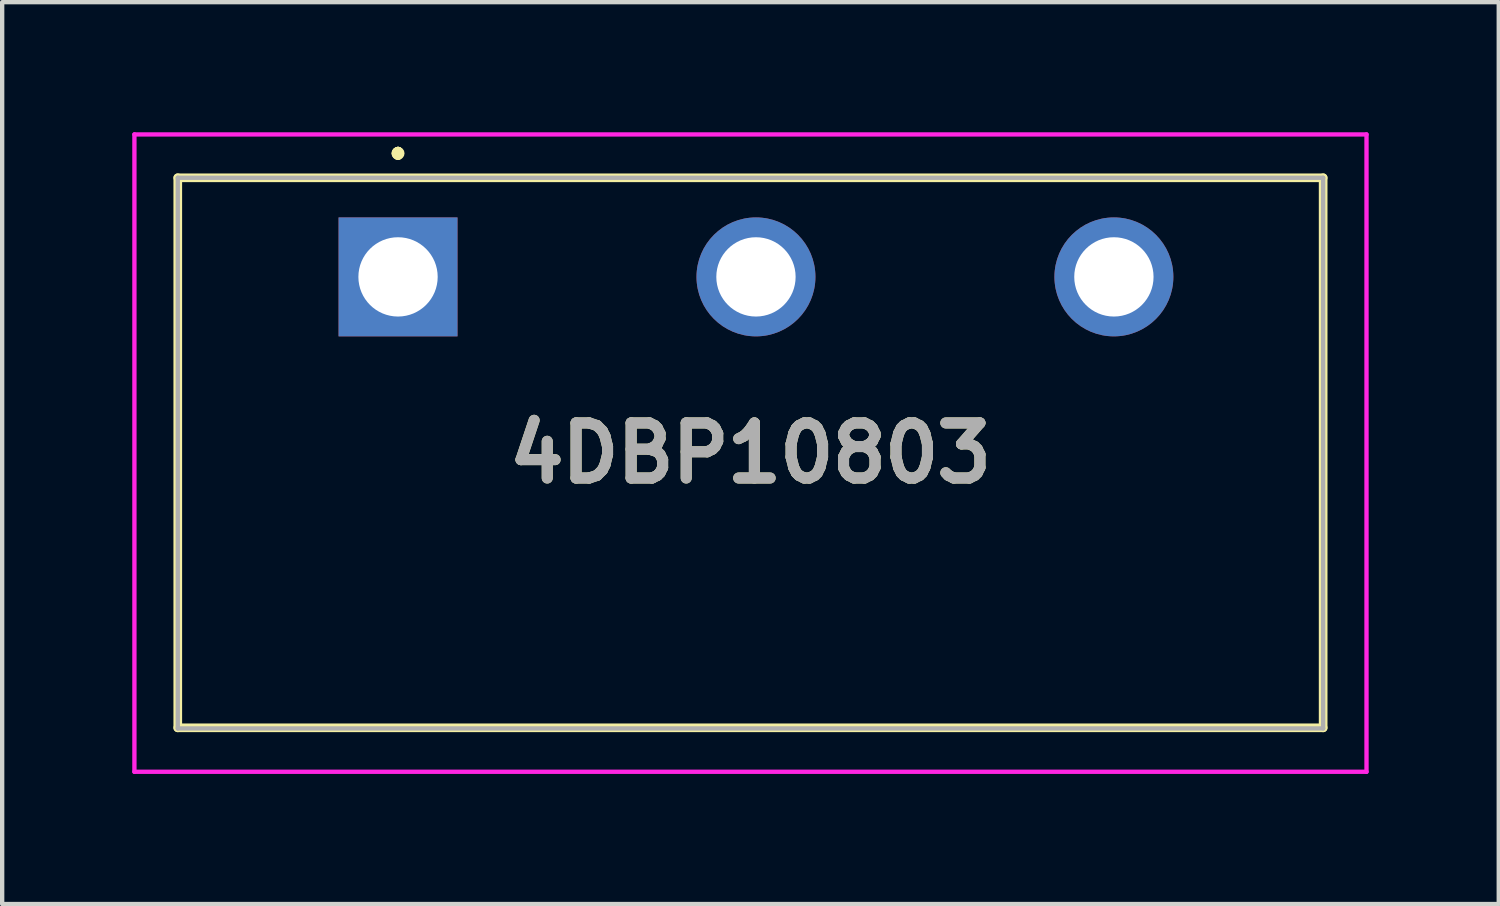
<source format=kicad_pcb>
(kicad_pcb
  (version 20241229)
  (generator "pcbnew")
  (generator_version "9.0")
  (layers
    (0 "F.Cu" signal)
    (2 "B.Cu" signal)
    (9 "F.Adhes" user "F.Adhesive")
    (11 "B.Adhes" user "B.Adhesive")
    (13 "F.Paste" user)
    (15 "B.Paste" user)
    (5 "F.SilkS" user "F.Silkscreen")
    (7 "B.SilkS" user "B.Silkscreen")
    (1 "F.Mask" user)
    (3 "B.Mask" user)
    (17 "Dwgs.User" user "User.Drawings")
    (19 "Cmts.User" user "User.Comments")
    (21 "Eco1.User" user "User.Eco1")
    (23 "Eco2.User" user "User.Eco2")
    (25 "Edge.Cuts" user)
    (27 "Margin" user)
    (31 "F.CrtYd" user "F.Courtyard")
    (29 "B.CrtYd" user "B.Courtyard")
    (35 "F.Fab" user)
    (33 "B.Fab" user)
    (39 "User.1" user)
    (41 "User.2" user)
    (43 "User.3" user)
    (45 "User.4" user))
  (footprint "4DBP10803"
    (layer "F.Cu")
    (at 6.13 3.336)
    (property "Reference" "4DBP10803" (at 8.128 4.064 0) (layer "F.SilkS") (effects (font (size 1.27 1.27) (thickness 0.254))))
    (attr through_hole)
    (fp_line (start -5.08 -2.286) (end 21.336 -2.286) (stroke (width 0.2) (type solid)) (layer "F.SilkS"))
    (fp_line (start -5.08 10.4) (end -5.08 -2.286) (stroke (width 0.2) (type solid)) (layer "F.SilkS"))
    (fp_line (start 0 -2.9) (end 0 -2.9) (stroke (width 0.2) (type solid)) (layer "F.SilkS"))
    (fp_line (start 0 -2.9) (end 0 -2.9) (stroke (width 0.2) (type solid)) (layer "F.SilkS"))
    (fp_line (start 0 -2.8) (end 0 -2.8) (stroke (width 0.2) (type solid)) (layer "F.SilkS"))
    (fp_line (start 21.336 -2.286) (end 21.336 10.4) (stroke (width 0.2) (type solid)) (layer "F.SilkS"))
    (fp_line (start 21.336 10.4) (end -5.08 10.4) (stroke (width 0.2) (type solid)) (layer "F.SilkS"))
    (fp_arc (start 0 -2.9) (mid 0.05 -2.85) (end 0 -2.8) (stroke (width 0.2) (type solid)) (layer "F.SilkS"))
    (fp_arc (start 0 -2.8) (mid -0.05 -2.85) (end 0 -2.9) (stroke (width 0.2) (type solid)) (layer "F.SilkS"))
    (fp_arc (start 0 -2.8) (mid -0.05 -2.85) (end 0 -2.9) (stroke (width 0.2) (type solid)) (layer "F.SilkS"))
    (fp_line (start -6.08 -3.286) (end 22.336 -3.286) (stroke (width 0.1) (type solid)) (layer "F.CrtYd"))
    (fp_line (start -6.08 11.414) (end -6.08 -3.286) (stroke (width 0.1) (type solid)) (layer "F.CrtYd"))
    (fp_line (start 22.336 -3.286) (end 22.336 11.414) (stroke (width 0.1) (type solid)) (layer "F.CrtYd"))
    (fp_line (start 22.336 11.414) (end -6.08 11.414) (stroke (width 0.1) (type solid)) (layer "F.CrtYd"))
    (fp_line (start -5.08 -2.286) (end -5.08 10.414) (stroke (width 0.1) (type solid)) (layer "F.Fab"))
    (fp_line (start -5.08 10.414) (end 21.336 10.414) (stroke (width 0.1) (type solid)) (layer "F.Fab"))
    (fp_line (start 21.336 -2.286) (end -5.08 -2.286) (stroke (width 0.1) (type solid)) (layer "F.Fab"))
    (fp_line (start 21.336 10.414) (end 21.336 -2.286) (stroke (width 0.1) (type solid)) (layer "F.Fab"))
    (fp_text user "${REFERENCE}" (at 8.128 4.064 0) (layer "F.Fab") (effects (font (size 1.27 1.27) (thickness 0.254))))
    (pad "1" thru_hole rect (at 0 0) (size 2.743 2.743) (drill 1.829) (layers "*.Cu" "*.Mask"))
    (pad "2" thru_hole circle (at 8.255 0) (size 2.743 2.743) (drill 1.829) (layers "*.Cu" "*.Mask"))
    (pad "3" thru_hole circle (at 16.51 0) (size 2.743 2.743) (drill 1.829) (layers "*.Cu" "*.Mask")))
  (gr_rect
    (start -3 -3)
    (end 31.516 17.8)
    (stroke (width 0.1) (type default))
    (fill no)
    (layer "Edge.Cuts")))
</source>
